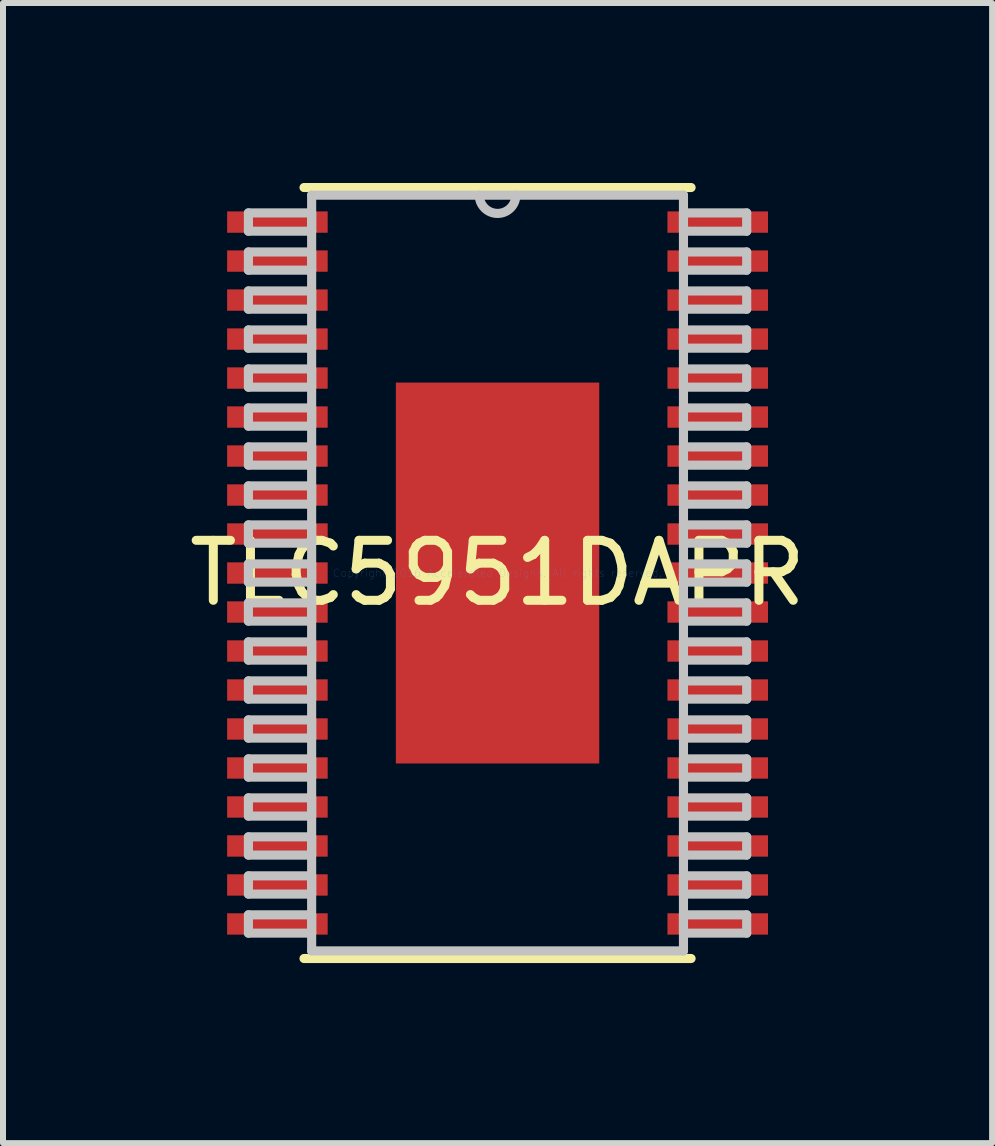
<source format=kicad_pcb>
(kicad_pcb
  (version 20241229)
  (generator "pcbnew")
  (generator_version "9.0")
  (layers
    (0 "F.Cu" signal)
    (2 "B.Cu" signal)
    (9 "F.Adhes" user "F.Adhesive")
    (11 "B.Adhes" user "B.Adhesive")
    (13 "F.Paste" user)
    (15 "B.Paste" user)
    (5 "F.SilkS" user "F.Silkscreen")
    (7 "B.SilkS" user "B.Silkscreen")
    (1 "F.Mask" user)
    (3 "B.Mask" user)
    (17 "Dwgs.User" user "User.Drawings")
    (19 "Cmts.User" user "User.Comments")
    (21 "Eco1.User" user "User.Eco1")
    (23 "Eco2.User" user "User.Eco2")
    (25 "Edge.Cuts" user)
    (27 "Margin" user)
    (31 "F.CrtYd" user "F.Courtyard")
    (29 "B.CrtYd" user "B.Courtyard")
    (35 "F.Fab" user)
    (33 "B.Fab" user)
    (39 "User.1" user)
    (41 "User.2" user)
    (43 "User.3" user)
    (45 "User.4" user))
  (footprint "TLC5951DAPR"
    (layer "F.Cu")
    (at 5.244 6.502)
    (property "Reference" "TLC5951DAPR" (at 0 0 0) (layer "F.SilkS") (effects (font (size 1 1) (thickness 0.15))))
    (attr through_hole)
    (fp_line (start -3.226 6.426) (end 3.226 6.426) (stroke (width 0.152) (type solid)) (layer "F.SilkS"))
    (fp_line (start 3.226 -6.426) (end -3.226 -6.426) (stroke (width 0.152) (type solid)) (layer "F.SilkS"))
    (fp_line (start -4.153 -6.003) (end -4.153 -5.698) (stroke (width 0.152) (type solid)) (layer "Dwgs.User"))
    (fp_line (start -4.153 -5.698) (end -3.099 -5.698) (stroke (width 0.152) (type solid)) (layer "Dwgs.User"))
    (fp_line (start -4.153 -5.352) (end -4.153 -5.048) (stroke (width 0.152) (type solid)) (layer "Dwgs.User"))
    (fp_line (start -4.153 -5.048) (end -3.099 -5.048) (stroke (width 0.152) (type solid)) (layer "Dwgs.User"))
    (fp_line (start -4.153 -4.702) (end -4.153 -4.398) (stroke (width 0.152) (type solid)) (layer "Dwgs.User"))
    (fp_line (start -4.153 -4.398) (end -3.099 -4.398) (stroke (width 0.152) (type solid)) (layer "Dwgs.User"))
    (fp_line (start -4.153 -4.052) (end -4.153 -3.748) (stroke (width 0.152) (type solid)) (layer "Dwgs.User"))
    (fp_line (start -4.153 -3.748) (end -3.099 -3.748) (stroke (width 0.152) (type solid)) (layer "Dwgs.User"))
    (fp_line (start -4.153 -3.402) (end -4.153 -3.098) (stroke (width 0.152) (type solid)) (layer "Dwgs.User"))
    (fp_line (start -4.153 -3.098) (end -3.099 -3.098) (stroke (width 0.152) (type solid)) (layer "Dwgs.User"))
    (fp_line (start -4.153 -2.752) (end -4.153 -2.448) (stroke (width 0.152) (type solid)) (layer "Dwgs.User"))
    (fp_line (start -4.153 -2.448) (end -3.099 -2.448) (stroke (width 0.152) (type solid)) (layer "Dwgs.User"))
    (fp_line (start -4.153 -2.102) (end -4.153 -1.798) (stroke (width 0.152) (type solid)) (layer "Dwgs.User"))
    (fp_line (start -4.153 -1.798) (end -3.099 -1.798) (stroke (width 0.152) (type solid)) (layer "Dwgs.User"))
    (fp_line (start -4.153 -1.452) (end -4.153 -1.148) (stroke (width 0.152) (type solid)) (layer "Dwgs.User"))
    (fp_line (start -4.153 -1.148) (end -3.099 -1.148) (stroke (width 0.152) (type solid)) (layer "Dwgs.User"))
    (fp_line (start -4.153 -0.802) (end -4.153 -0.498) (stroke (width 0.152) (type solid)) (layer "Dwgs.User"))
    (fp_line (start -4.153 -0.498) (end -3.099 -0.498) (stroke (width 0.152) (type solid)) (layer "Dwgs.User"))
    (fp_line (start -4.153 -0.152) (end -4.153 0.152) (stroke (width 0.152) (type solid)) (layer "Dwgs.User"))
    (fp_line (start -4.153 0.152) (end -3.099 0.152) (stroke (width 0.152) (type solid)) (layer "Dwgs.User"))
    (fp_line (start -4.153 0.498) (end -4.153 0.802) (stroke (width 0.152) (type solid)) (layer "Dwgs.User"))
    (fp_line (start -4.153 0.802) (end -3.099 0.802) (stroke (width 0.152) (type solid)) (layer "Dwgs.User"))
    (fp_line (start -4.153 1.148) (end -4.153 1.452) (stroke (width 0.152) (type solid)) (layer "Dwgs.User"))
    (fp_line (start -4.153 1.452) (end -3.099 1.452) (stroke (width 0.152) (type solid)) (layer "Dwgs.User"))
    (fp_line (start -4.153 1.798) (end -4.153 2.102) (stroke (width 0.152) (type solid)) (layer "Dwgs.User"))
    (fp_line (start -4.153 2.102) (end -3.099 2.102) (stroke (width 0.152) (type solid)) (layer "Dwgs.User"))
    (fp_line (start -4.153 2.448) (end -4.153 2.752) (stroke (width 0.152) (type solid)) (layer "Dwgs.User"))
    (fp_line (start -4.153 2.752) (end -3.099 2.752) (stroke (width 0.152) (type solid)) (layer "Dwgs.User"))
    (fp_line (start -4.153 3.098) (end -4.153 3.402) (stroke (width 0.152) (type solid)) (layer "Dwgs.User"))
    (fp_line (start -4.153 3.402) (end -3.099 3.402) (stroke (width 0.152) (type solid)) (layer "Dwgs.User"))
    (fp_line (start -4.153 3.748) (end -4.153 4.052) (stroke (width 0.152) (type solid)) (layer "Dwgs.User"))
    (fp_line (start -4.153 4.052) (end -3.099 4.052) (stroke (width 0.152) (type solid)) (layer "Dwgs.User"))
    (fp_line (start -4.153 4.398) (end -4.153 4.702) (stroke (width 0.152) (type solid)) (layer "Dwgs.User"))
    (fp_line (start -4.153 4.702) (end -3.099 4.702) (stroke (width 0.152) (type solid)) (layer "Dwgs.User"))
    (fp_line (start -4.153 5.048) (end -4.153 5.352) (stroke (width 0.152) (type solid)) (layer "Dwgs.User"))
    (fp_line (start -4.153 5.352) (end -3.099 5.352) (stroke (width 0.152) (type solid)) (layer "Dwgs.User"))
    (fp_line (start -4.153 5.698) (end -4.153 6.003) (stroke (width 0.152) (type solid)) (layer "Dwgs.User"))
    (fp_line (start -4.153 6.003) (end -3.099 6.003) (stroke (width 0.152) (type solid)) (layer "Dwgs.User"))
    (fp_line (start -3.099 -6.299) (end -3.099 6.299) (stroke (width 0.152) (type solid)) (layer "Dwgs.User"))
    (fp_line (start -3.099 -6.003) (end -4.153 -6.003) (stroke (width 0.152) (type solid)) (layer "Dwgs.User"))
    (fp_line (start -3.099 -5.698) (end -3.099 -6.003) (stroke (width 0.152) (type solid)) (layer "Dwgs.User"))
    (fp_line (start -3.099 -5.352) (end -4.153 -5.352) (stroke (width 0.152) (type solid)) (layer "Dwgs.User"))
    (fp_line (start -3.099 -5.048) (end -3.099 -5.352) (stroke (width 0.152) (type solid)) (layer "Dwgs.User"))
    (fp_line (start -3.099 -4.702) (end -4.153 -4.702) (stroke (width 0.152) (type solid)) (layer "Dwgs.User"))
    (fp_line (start -3.099 -4.398) (end -3.099 -4.702) (stroke (width 0.152) (type solid)) (layer "Dwgs.User"))
    (fp_line (start -3.099 -4.052) (end -4.153 -4.052) (stroke (width 0.152) (type solid)) (layer "Dwgs.User"))
    (fp_line (start -3.099 -3.748) (end -3.099 -4.052) (stroke (width 0.152) (type solid)) (layer "Dwgs.User"))
    (fp_line (start -3.099 -3.402) (end -4.153 -3.402) (stroke (width 0.152) (type solid)) (layer "Dwgs.User"))
    (fp_line (start -3.099 -3.098) (end -3.099 -3.402) (stroke (width 0.152) (type solid)) (layer "Dwgs.User"))
    (fp_line (start -3.099 -2.752) (end -4.153 -2.752) (stroke (width 0.152) (type solid)) (layer "Dwgs.User"))
    (fp_line (start -3.099 -2.448) (end -3.099 -2.752) (stroke (width 0.152) (type solid)) (layer "Dwgs.User"))
    (fp_line (start -3.099 -2.102) (end -4.153 -2.102) (stroke (width 0.152) (type solid)) (layer "Dwgs.User"))
    (fp_line (start -3.099 -1.798) (end -3.099 -2.102) (stroke (width 0.152) (type solid)) (layer "Dwgs.User"))
    (fp_line (start -3.099 -1.452) (end -4.153 -1.452) (stroke (width 0.152) (type solid)) (layer "Dwgs.User"))
    (fp_line (start -3.099 -1.148) (end -3.099 -1.452) (stroke (width 0.152) (type solid)) (layer "Dwgs.User"))
    (fp_line (start -3.099 -0.802) (end -4.153 -0.802) (stroke (width 0.152) (type solid)) (layer "Dwgs.User"))
    (fp_line (start -3.099 -0.498) (end -3.099 -0.802) (stroke (width 0.152) (type solid)) (layer "Dwgs.User"))
    (fp_line (start -3.099 -0.152) (end -4.153 -0.152) (stroke (width 0.152) (type solid)) (layer "Dwgs.User"))
    (fp_line (start -3.099 0.152) (end -3.099 -0.152) (stroke (width 0.152) (type solid)) (layer "Dwgs.User"))
    (fp_line (start -3.099 0.498) (end -4.153 0.498) (stroke (width 0.152) (type solid)) (layer "Dwgs.User"))
    (fp_line (start -3.099 0.802) (end -3.099 0.498) (stroke (width 0.152) (type solid)) (layer "Dwgs.User"))
    (fp_line (start -3.099 1.148) (end -4.153 1.148) (stroke (width 0.152) (type solid)) (layer "Dwgs.User"))
    (fp_line (start -3.099 1.452) (end -3.099 1.148) (stroke (width 0.152) (type solid)) (layer "Dwgs.User"))
    (fp_line (start -3.099 1.798) (end -4.153 1.798) (stroke (width 0.152) (type solid)) (layer "Dwgs.User"))
    (fp_line (start -3.099 2.102) (end -3.099 1.798) (stroke (width 0.152) (type solid)) (layer "Dwgs.User"))
    (fp_line (start -3.099 2.448) (end -4.153 2.448) (stroke (width 0.152) (type solid)) (layer "Dwgs.User"))
    (fp_line (start -3.099 2.752) (end -3.099 2.448) (stroke (width 0.152) (type solid)) (layer "Dwgs.User"))
    (fp_line (start -3.099 3.098) (end -4.153 3.098) (stroke (width 0.152) (type solid)) (layer "Dwgs.User"))
    (fp_line (start -3.099 3.402) (end -3.099 3.098) (stroke (width 0.152) (type solid)) (layer "Dwgs.User"))
    (fp_line (start -3.099 3.748) (end -4.153 3.748) (stroke (width 0.152) (type solid)) (layer "Dwgs.User"))
    (fp_line (start -3.099 4.052) (end -3.099 3.748) (stroke (width 0.152) (type solid)) (layer "Dwgs.User"))
    (fp_line (start -3.099 4.398) (end -4.153 4.398) (stroke (width 0.152) (type solid)) (layer "Dwgs.User"))
    (fp_line (start -3.099 4.702) (end -3.099 4.398) (stroke (width 0.152) (type solid)) (layer "Dwgs.User"))
    (fp_line (start -3.099 5.048) (end -4.153 5.048) (stroke (width 0.152) (type solid)) (layer "Dwgs.User"))
    (fp_line (start -3.099 5.352) (end -3.099 5.048) (stroke (width 0.152) (type solid)) (layer "Dwgs.User"))
    (fp_line (start -3.099 5.698) (end -4.153 5.698) (stroke (width 0.152) (type solid)) (layer "Dwgs.User"))
    (fp_line (start -3.099 6.003) (end -3.099 5.698) (stroke (width 0.152) (type solid)) (layer "Dwgs.User"))
    (fp_line (start -3.099 6.299) (end 3.099 6.299) (stroke (width 0.152) (type solid)) (layer "Dwgs.User"))
    (fp_line (start 3.099 -6.299) (end -3.099 -6.299) (stroke (width 0.152) (type solid)) (layer "Dwgs.User"))
    (fp_line (start 3.099 -6.003) (end 3.099 -5.698) (stroke (width 0.152) (type solid)) (layer "Dwgs.User"))
    (fp_line (start 3.099 -5.698) (end 4.153 -5.698) (stroke (width 0.152) (type solid)) (layer "Dwgs.User"))
    (fp_line (start 3.099 -5.352) (end 3.099 -5.048) (stroke (width 0.152) (type solid)) (layer "Dwgs.User"))
    (fp_line (start 3.099 -5.048) (end 4.153 -5.048) (stroke (width 0.152) (type solid)) (layer "Dwgs.User"))
    (fp_line (start 3.099 -4.702) (end 3.099 -4.398) (stroke (width 0.152) (type solid)) (layer "Dwgs.User"))
    (fp_line (start 3.099 -4.398) (end 4.153 -4.398) (stroke (width 0.152) (type solid)) (layer "Dwgs.User"))
    (fp_line (start 3.099 -4.052) (end 3.099 -3.748) (stroke (width 0.152) (type solid)) (layer "Dwgs.User"))
    (fp_line (start 3.099 -3.748) (end 4.153 -3.748) (stroke (width 0.152) (type solid)) (layer "Dwgs.User"))
    (fp_line (start 3.099 -3.402) (end 3.099 -3.098) (stroke (width 0.152) (type solid)) (layer "Dwgs.User"))
    (fp_line (start 3.099 -3.098) (end 4.153 -3.098) (stroke (width 0.152) (type solid)) (layer "Dwgs.User"))
    (fp_line (start 3.099 -2.752) (end 3.099 -2.448) (stroke (width 0.152) (type solid)) (layer "Dwgs.User"))
    (fp_line (start 3.099 -2.448) (end 4.153 -2.448) (stroke (width 0.152) (type solid)) (layer "Dwgs.User"))
    (fp_line (start 3.099 -2.102) (end 3.099 -1.798) (stroke (width 0.152) (type solid)) (layer "Dwgs.User"))
    (fp_line (start 3.099 -1.798) (end 4.153 -1.798) (stroke (width 0.152) (type solid)) (layer "Dwgs.User"))
    (fp_line (start 3.099 -1.452) (end 3.099 -1.148) (stroke (width 0.152) (type solid)) (layer "Dwgs.User"))
    (fp_line (start 3.099 -1.148) (end 4.153 -1.148) (stroke (width 0.152) (type solid)) (layer "Dwgs.User"))
    (fp_line (start 3.099 -0.802) (end 3.099 -0.498) (stroke (width 0.152) (type solid)) (layer "Dwgs.User"))
    (fp_line (start 3.099 -0.498) (end 4.153 -0.498) (stroke (width 0.152) (type solid)) (layer "Dwgs.User"))
    (fp_line (start 3.099 -0.152) (end 3.099 0.152) (stroke (width 0.152) (type solid)) (layer "Dwgs.User"))
    (fp_line (start 3.099 0.152) (end 4.153 0.152) (stroke (width 0.152) (type solid)) (layer "Dwgs.User"))
    (fp_line (start 3.099 0.498) (end 3.099 0.802) (stroke (width 0.152) (type solid)) (layer "Dwgs.User"))
    (fp_line (start 3.099 0.802) (end 4.153 0.802) (stroke (width 0.152) (type solid)) (layer "Dwgs.User"))
    (fp_line (start 3.099 1.148) (end 3.099 1.452) (stroke (width 0.152) (type solid)) (layer "Dwgs.User"))
    (fp_line (start 3.099 1.452) (end 4.153 1.452) (stroke (width 0.152) (type solid)) (layer "Dwgs.User"))
    (fp_line (start 3.099 1.798) (end 3.099 2.102) (stroke (width 0.152) (type solid)) (layer "Dwgs.User"))
    (fp_line (start 3.099 2.102) (end 4.153 2.102) (stroke (width 0.152) (type solid)) (layer "Dwgs.User"))
    (fp_line (start 3.099 2.448) (end 3.099 2.752) (stroke (width 0.152) (type solid)) (layer "Dwgs.User"))
    (fp_line (start 3.099 2.752) (end 4.153 2.752) (stroke (width 0.152) (type solid)) (layer "Dwgs.User"))
    (fp_line (start 3.099 3.098) (end 3.099 3.402) (stroke (width 0.152) (type solid)) (layer "Dwgs.User"))
    (fp_line (start 3.099 3.402) (end 4.153 3.402) (stroke (width 0.152) (type solid)) (layer "Dwgs.User"))
    (fp_line (start 3.099 3.748) (end 3.099 4.052) (stroke (width 0.152) (type solid)) (layer "Dwgs.User"))
    (fp_line (start 3.099 4.052) (end 4.153 4.052) (stroke (width 0.152) (type solid)) (layer "Dwgs.User"))
    (fp_line (start 3.099 4.398) (end 3.099 4.702) (stroke (width 0.152) (type solid)) (layer "Dwgs.User"))
    (fp_line (start 3.099 4.702) (end 4.153 4.702) (stroke (width 0.152) (type solid)) (layer "Dwgs.User"))
    (fp_line (start 3.099 5.048) (end 3.099 5.352) (stroke (width 0.152) (type solid)) (layer "Dwgs.User"))
    (fp_line (start 3.099 5.352) (end 4.153 5.352) (stroke (width 0.152) (type solid)) (layer "Dwgs.User"))
    (fp_line (start 3.099 5.698) (end 3.099 6.003) (stroke (width 0.152) (type solid)) (layer "Dwgs.User"))
    (fp_line (start 3.099 6.003) (end 4.153 6.003) (stroke (width 0.152) (type solid)) (layer "Dwgs.User"))
    (fp_line (start 3.099 6.299) (end 3.099 -6.299) (stroke (width 0.152) (type solid)) (layer "Dwgs.User"))
    (fp_line (start 4.153 -6.003) (end 3.099 -6.003) (stroke (width 0.152) (type solid)) (layer "Dwgs.User"))
    (fp_line (start 4.153 -5.698) (end 4.153 -6.003) (stroke (width 0.152) (type solid)) (layer "Dwgs.User"))
    (fp_line (start 4.153 -5.352) (end 3.099 -5.352) (stroke (width 0.152) (type solid)) (layer "Dwgs.User"))
    (fp_line (start 4.153 -5.048) (end 4.153 -5.352) (stroke (width 0.152) (type solid)) (layer "Dwgs.User"))
    (fp_line (start 4.153 -4.702) (end 3.099 -4.702) (stroke (width 0.152) (type solid)) (layer "Dwgs.User"))
    (fp_line (start 4.153 -4.398) (end 4.153 -4.702) (stroke (width 0.152) (type solid)) (layer "Dwgs.User"))
    (fp_line (start 4.153 -4.052) (end 3.099 -4.052) (stroke (width 0.152) (type solid)) (layer "Dwgs.User"))
    (fp_line (start 4.153 -3.748) (end 4.153 -4.052) (stroke (width 0.152) (type solid)) (layer "Dwgs.User"))
    (fp_line (start 4.153 -3.402) (end 3.099 -3.402) (stroke (width 0.152) (type solid)) (layer "Dwgs.User"))
    (fp_line (start 4.153 -3.098) (end 4.153 -3.402) (stroke (width 0.152) (type solid)) (layer "Dwgs.User"))
    (fp_line (start 4.153 -2.752) (end 3.099 -2.752) (stroke (width 0.152) (type solid)) (layer "Dwgs.User"))
    (fp_line (start 4.153 -2.448) (end 4.153 -2.752) (stroke (width 0.152) (type solid)) (layer "Dwgs.User"))
    (fp_line (start 4.153 -2.102) (end 3.099 -2.102) (stroke (width 0.152) (type solid)) (layer "Dwgs.User"))
    (fp_line (start 4.153 -1.798) (end 4.153 -2.102) (stroke (width 0.152) (type solid)) (layer "Dwgs.User"))
    (fp_line (start 4.153 -1.452) (end 3.099 -1.452) (stroke (width 0.152) (type solid)) (layer "Dwgs.User"))
    (fp_line (start 4.153 -1.148) (end 4.153 -1.452) (stroke (width 0.152) (type solid)) (layer "Dwgs.User"))
    (fp_line (start 4.153 -0.802) (end 3.099 -0.802) (stroke (width 0.152) (type solid)) (layer "Dwgs.User"))
    (fp_line (start 4.153 -0.498) (end 4.153 -0.802) (stroke (width 0.152) (type solid)) (layer "Dwgs.User"))
    (fp_line (start 4.153 -0.152) (end 3.099 -0.152) (stroke (width 0.152) (type solid)) (layer "Dwgs.User"))
    (fp_line (start 4.153 0.152) (end 4.153 -0.152) (stroke (width 0.152) (type solid)) (layer "Dwgs.User"))
    (fp_line (start 4.153 0.498) (end 3.099 0.498) (stroke (width 0.152) (type solid)) (layer "Dwgs.User"))
    (fp_line (start 4.153 0.802) (end 4.153 0.498) (stroke (width 0.152) (type solid)) (layer "Dwgs.User"))
    (fp_line (start 4.153 1.148) (end 3.099 1.148) (stroke (width 0.152) (type solid)) (layer "Dwgs.User"))
    (fp_line (start 4.153 1.452) (end 4.153 1.148) (stroke (width 0.152) (type solid)) (layer "Dwgs.User"))
    (fp_line (start 4.153 1.798) (end 3.099 1.798) (stroke (width 0.152) (type solid)) (layer "Dwgs.User"))
    (fp_line (start 4.153 2.102) (end 4.153 1.798) (stroke (width 0.152) (type solid)) (layer "Dwgs.User"))
    (fp_line (start 4.153 2.448) (end 3.099 2.448) (stroke (width 0.152) (type solid)) (layer "Dwgs.User"))
    (fp_line (start 4.153 2.752) (end 4.153 2.448) (stroke (width 0.152) (type solid)) (layer "Dwgs.User"))
    (fp_line (start 4.153 3.098) (end 3.099 3.098) (stroke (width 0.152) (type solid)) (layer "Dwgs.User"))
    (fp_line (start 4.153 3.402) (end 4.153 3.098) (stroke (width 0.152) (type solid)) (layer "Dwgs.User"))
    (fp_line (start 4.153 3.748) (end 3.099 3.748) (stroke (width 0.152) (type solid)) (layer "Dwgs.User"))
    (fp_line (start 4.153 4.052) (end 4.153 3.748) (stroke (width 0.152) (type solid)) (layer "Dwgs.User"))
    (fp_line (start 4.153 4.398) (end 3.099 4.398) (stroke (width 0.152) (type solid)) (layer "Dwgs.User"))
    (fp_line (start 4.153 4.702) (end 4.153 4.398) (stroke (width 0.152) (type solid)) (layer "Dwgs.User"))
    (fp_line (start 4.153 5.048) (end 3.099 5.048) (stroke (width 0.152) (type solid)) (layer "Dwgs.User"))
    (fp_line (start 4.153 5.352) (end 4.153 5.048) (stroke (width 0.152) (type solid)) (layer "Dwgs.User"))
    (fp_line (start 4.153 5.698) (end 3.099 5.698) (stroke (width 0.152) (type solid)) (layer "Dwgs.User"))
    (fp_line (start 4.153 6.003) (end 4.153 5.698) (stroke (width 0.152) (type solid)) (layer "Dwgs.User"))
    (fp_arc (start 0.3048 -6.2992) (mid 0 -5.9944) (end -0.3048 -6.2992) (stroke (width 0.1524) (type solid)) (layer "Dwgs.User"))
    (fp_text user "Copyright 2016 Accelerated Designs. All rights reserved." (at 0 0 0) (layer "Cmts.User") (effects (font (size 0.127 0.127) (thickness 0.002))))
    (pad "1" smd rect (at -3.67 -5.85) (size 1.676 0.356) (layers "F.Cu"))
    (pad "2" smd rect (at -3.67 -5.2) (size 1.676 0.356) (layers "F.Cu"))
    (pad "3" smd rect (at -3.67 -4.55) (size 1.676 0.356) (layers "F.Cu"))
    (pad "4" smd rect (at -3.67 -3.9) (size 1.676 0.356) (layers "F.Cu"))
    (pad "5" smd rect (at -3.67 -3.25) (size 1.676 0.356) (layers "F.Cu"))
    (pad "6" smd rect (at -3.67 -2.6) (size 1.676 0.356) (layers "F.Cu"))
    (pad "7" smd rect (at -3.67 -1.95) (size 1.676 0.356) (layers "F.Cu"))
    (pad "8" smd rect (at -3.67 -1.3) (size 1.676 0.356) (layers "F.Cu"))
    (pad "9" smd rect (at -3.67 -0.65) (size 1.676 0.356) (layers "F.Cu"))
    (pad "10" smd rect (at -3.67 0) (size 1.676 0.356) (layers "F.Cu"))
    (pad "11" smd rect (at -3.67 0.65) (size 1.676 0.356) (layers "F.Cu"))
    (pad "12" smd rect (at -3.67 1.3) (size 1.676 0.356) (layers "F.Cu"))
    (pad "13" smd rect (at -3.67 1.95) (size 1.676 0.356) (layers "F.Cu"))
    (pad "14" smd rect (at -3.67 2.6) (size 1.676 0.356) (layers "F.Cu"))
    (pad "15" smd rect (at -3.67 3.25) (size 1.676 0.356) (layers "F.Cu"))
    (pad "16" smd rect (at -3.67 3.9) (size 1.676 0.356) (layers "F.Cu"))
    (pad "17" smd rect (at -3.67 4.55) (size 1.676 0.356) (layers "F.Cu"))
    (pad "18" smd rect (at -3.67 5.2) (size 1.676 0.356) (layers "F.Cu"))
    (pad "19" smd rect (at -3.67 5.85) (size 1.676 0.356) (layers "F.Cu"))
    (pad "20" smd rect (at 3.67 5.85) (size 1.676 0.356) (layers "F.Cu"))
    (pad "21" smd rect (at 3.67 5.2) (size 1.676 0.356) (layers "F.Cu"))
    (pad "22" smd rect (at 3.67 4.55) (size 1.676 0.356) (layers "F.Cu"))
    (pad "23" smd rect (at 3.67 3.9) (size 1.676 0.356) (layers "F.Cu"))
    (pad "24" smd rect (at 3.67 3.25) (size 1.676 0.356) (layers "F.Cu"))
    (pad "25" smd rect (at 3.67 2.6) (size 1.676 0.356) (layers "F.Cu"))
    (pad "26" smd rect (at 3.67 1.95) (size 1.676 0.356) (layers "F.Cu"))
    (pad "27" smd rect (at 3.67 1.3) (size 1.676 0.356) (layers "F.Cu"))
    (pad "28" smd rect (at 3.67 0.65) (size 1.676 0.356) (layers "F.Cu"))
    (pad "29" smd rect (at 3.67 0) (size 1.676 0.356) (layers "F.Cu"))
    (pad "30" smd rect (at 3.67 -0.65) (size 1.676 0.356) (layers "F.Cu"))
    (pad "31" smd rect (at 3.67 -1.3) (size 1.676 0.356) (layers "F.Cu"))
    (pad "32" smd rect (at 3.67 -1.95) (size 1.676 0.356) (layers "F.Cu"))
    (pad "33" smd rect (at 3.67 -2.6) (size 1.676 0.356) (layers "F.Cu"))
    (pad "34" smd rect (at 3.67 -3.25) (size 1.676 0.356) (layers "F.Cu"))
    (pad "35" smd rect (at 3.67 -3.9) (size 1.676 0.356) (layers "F.Cu"))
    (pad "36" smd rect (at 3.67 -4.55) (size 1.676 0.356) (layers "F.Cu"))
    (pad "37" smd rect (at 3.67 -5.2) (size 1.676 0.356) (layers "F.Cu"))
    (pad "38" smd rect (at 3.67 -5.85) (size 1.676 0.356) (layers "F.Cu"))
    (pad "39" smd rect (at 0 0) (size 3.39 6.35) (layers "F.Cu")))
  (gr_rect
    (start -3 -3)
    (end 13.488 16.005)
    (stroke (width 0.1) (type default))
    (fill no)
    (layer "Edge.Cuts")))
</source>
